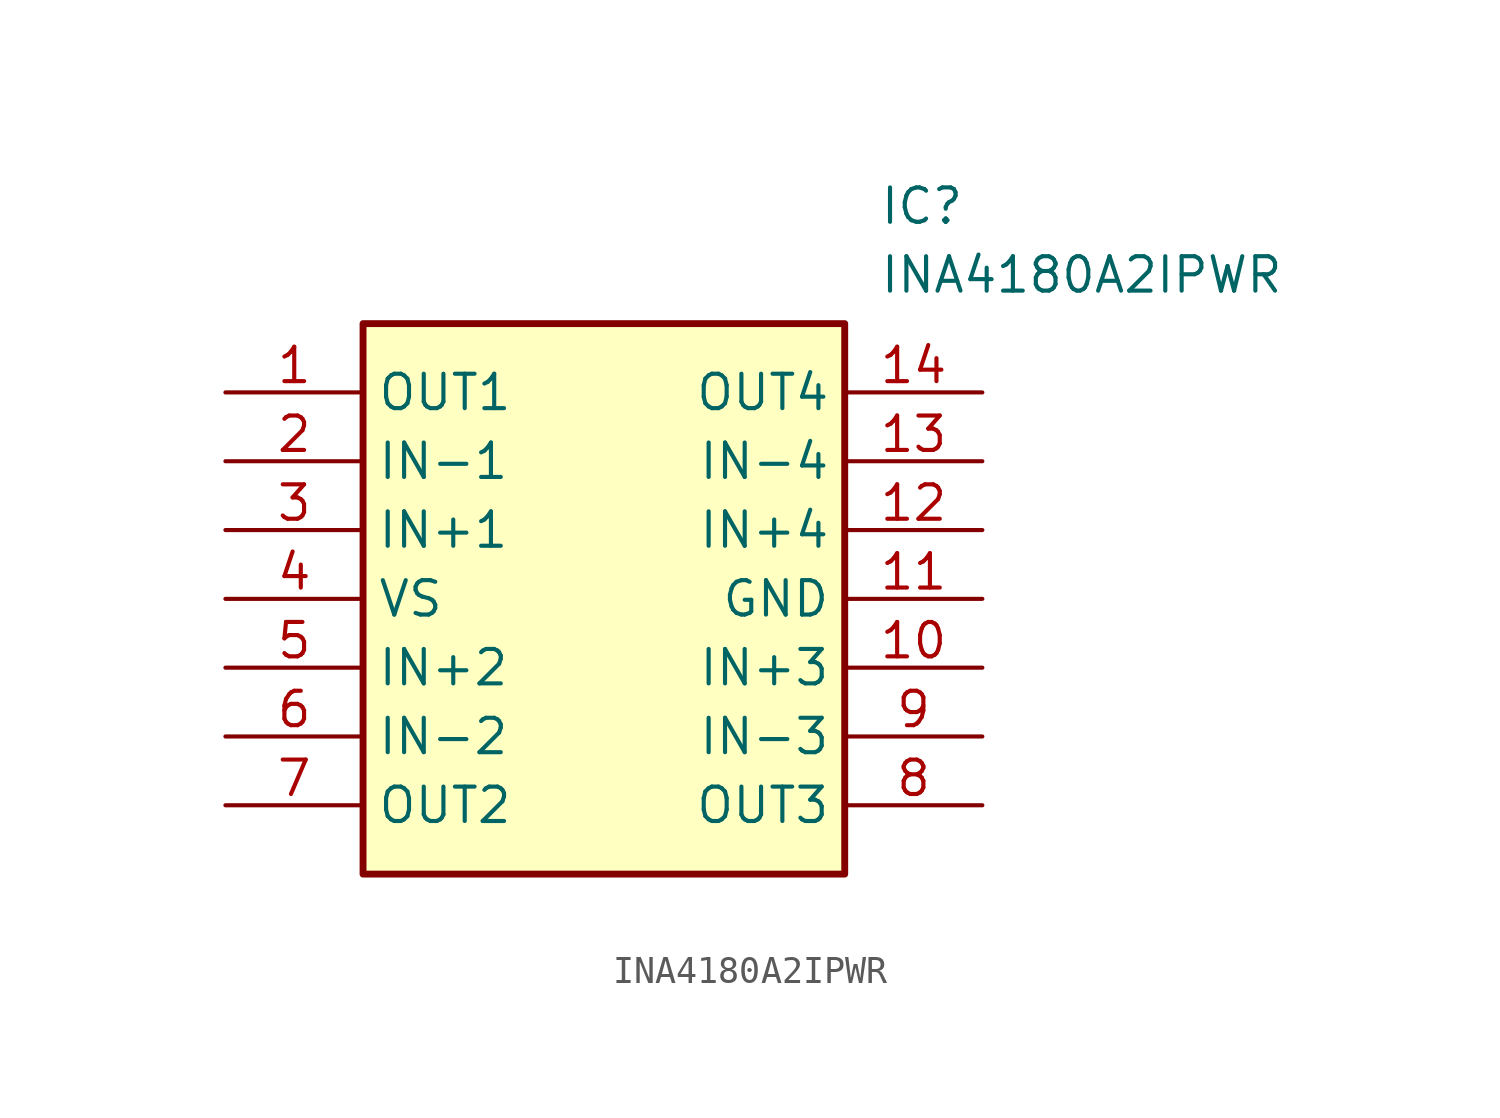
<source format=kicad_sym>
(kicad_symbol_lib
  (version 20211014)
  (generator SamacSys_ECAD_Model)
  (symbol "INA4180A2IPWR"
    (property "Reference" "IC"
      (at 24.13 7.62 0)
      (effects (font (size 1.27 1.27)) (justify left top)))
    (property "Value" "INA4180A2IPWR"
      (at 24.13 5.08 0)
      (effects (font (size 1.27 1.27)) (justify left top)))
    (rectangle
      (start 5.08 2.54)
      (end 22.86 -17.78)
      (stroke (width 0.254) (type default))
      (fill (type background)))
    (pin output line
      (at 0 0 0)
      (length 5.08)
      (name "OUT1" (effects (font (size 1.27 1.27))))
      (number "1" (effects (font (size 1.27 1.27)))))
    (pin input line
      (at 0 -2.54 0)
      (length 5.08)
      (name "IN-1" (effects (font (size 1.27 1.27))))
      (number "2" (effects (font (size 1.27 1.27)))))
    (pin input line
      (at 0 -5.08 0)
      (length 5.08)
      (name "IN+1" (effects (font (size 1.27 1.27))))
      (number "3" (effects (font (size 1.27 1.27)))))
    (pin power_in line
      (at 0 -7.62 0)
      (length 5.08)
      (name "VS" (effects (font (size 1.27 1.27))))
      (number "4" (effects (font (size 1.27 1.27)))))
    (pin input line
      (at 0 -10.16 0)
      (length 5.08)
      (name "IN+2" (effects (font (size 1.27 1.27))))
      (number "5" (effects (font (size 1.27 1.27)))))
    (pin input line
      (at 0 -12.7 0)
      (length 5.08)
      (name "IN-2" (effects (font (size 1.27 1.27))))
      (number "6" (effects (font (size 1.27 1.27)))))
    (pin output line
      (at 0 -15.24 0)
      (length 5.08)
      (name "OUT2" (effects (font (size 1.27 1.27))))
      (number "7" (effects (font (size 1.27 1.27)))))
    (pin output line
      (at 27.94 0 180)
      (length 5.08)
      (name "OUT4" (effects (font (size 1.27 1.27))))
      (number "14" (effects (font (size 1.27 1.27)))))
    (pin input line
      (at 27.94 -2.54 180)
      (length 5.08)
      (name "IN-4" (effects (font (size 1.27 1.27))))
      (number "13" (effects (font (size 1.27 1.27)))))
    (pin input line
      (at 27.94 -5.08 180)
      (length 5.08)
      (name "IN+4" (effects (font (size 1.27 1.27))))
      (number "12" (effects (font (size 1.27 1.27)))))
    (pin power_in line
      (at 27.94 -7.62 180)
      (length 5.08)
      (name "GND" (effects (font (size 1.27 1.27))))
      (number "11" (effects (font (size 1.27 1.27)))))
    (pin input line
      (at 27.94 -10.16 180)
      (length 5.08)
      (name "IN+3" (effects (font (size 1.27 1.27))))
      (number "10" (effects (font (size 1.27 1.27)))))
    (pin input line
      (at 27.94 -12.7 180)
      (length 5.08)
      (name "IN-3" (effects (font (size 1.27 1.27))))
      (number "9" (effects (font (size 1.27 1.27)))))
    (pin output line
      (at 27.94 -15.24 180)
      (length 5.08)
      (name "OUT3" (effects (font (size 1.27 1.27))))
      (number "8" (effects (font (size 1.27 1.27)))))))
</source>
